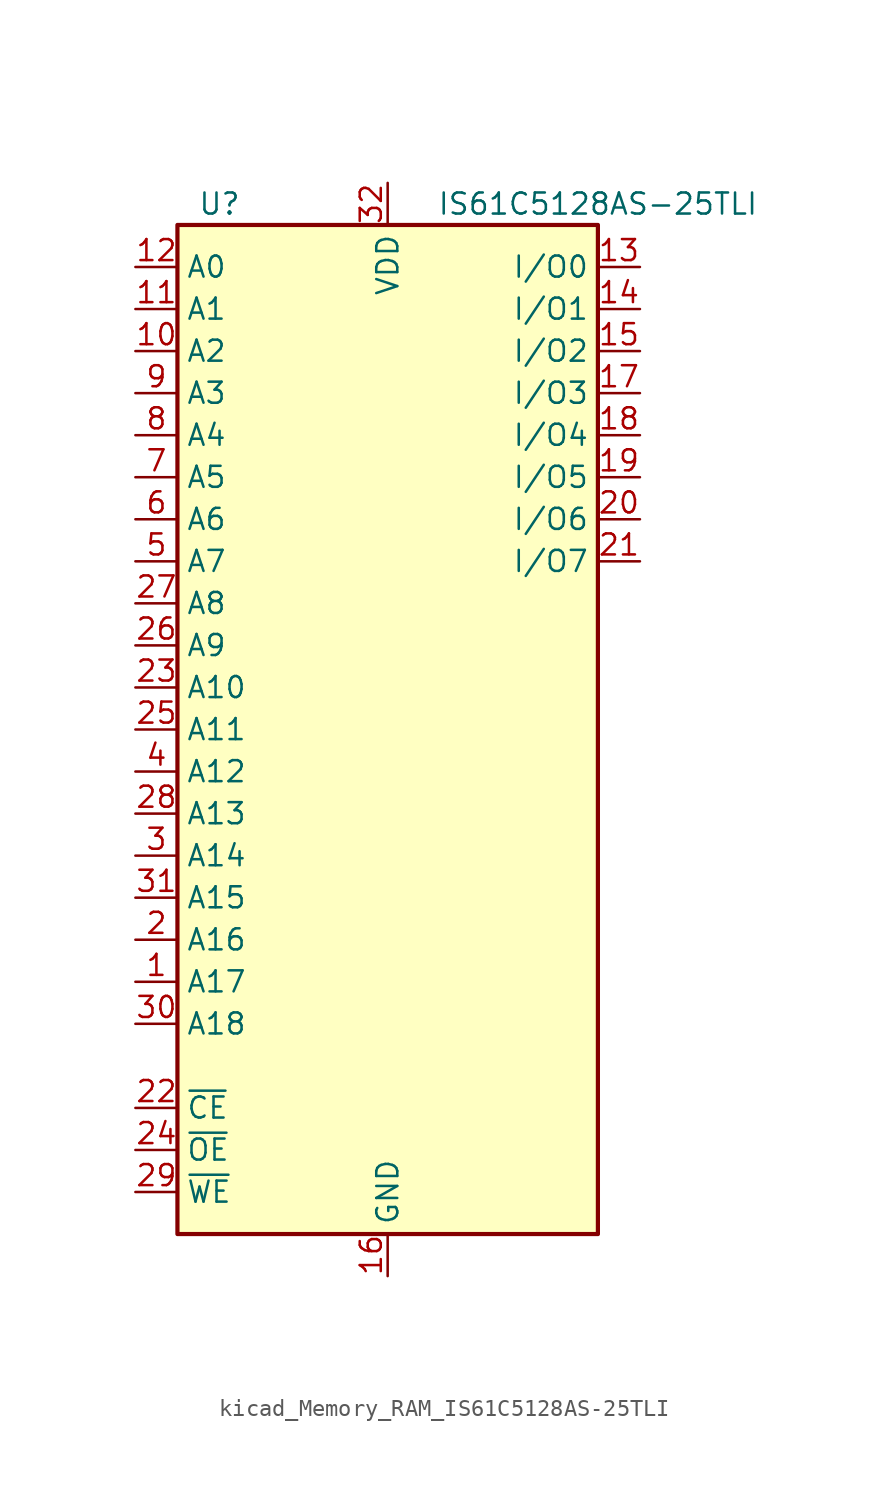
<source format=kicad_sym>
(kicad_symbol_lib
  (version 20220914)
  (generator kicad_symbol_editor)
  (symbol "kicad_Memory_RAM_IS61C5128AS-25TLI"
    (property "Reference" "U"
      (at -10.16 31.75 0)
      (effects (font (size 1.27 1.27))))
    (property "Value" "IS61C5128AS-25TLI"
      (at 12.7 31.75 0)
      (effects (font (size 1.27 1.27))))
    (symbol "kicad_Memory_RAM_IS61C5128AS-25TLI_0_1"
      (rectangle (start -12.7 30.48) (end 12.7 -30.48) (stroke (width 0.254) (type default)) (fill (type background))))
    (symbol "kicad_Memory_RAM_IS61C5128AS-25TLI_1_1"
      (pin input line (at -15.24 -15.24 0) (length 2.54) (name "A17" (effects (font (size 1.27 1.27)))) (number "1" (effects (font (size 1.27 1.27)))))
      (pin input line (at -15.24 22.86 0) (length 2.54) (name "A2" (effects (font (size 1.27 1.27)))) (number "10" (effects (font (size 1.27 1.27)))))
      (pin input line (at -15.24 25.4 0) (length 2.54) (name "A1" (effects (font (size 1.27 1.27)))) (number "11" (effects (font (size 1.27 1.27)))))
      (pin input line (at -15.24 27.94 0) (length 2.54) (name "A0" (effects (font (size 1.27 1.27)))) (number "12" (effects (font (size 1.27 1.27)))))
      (pin bidirectional line (at 15.24 27.94 180) (length 2.54) (name "I/O0" (effects (font (size 1.27 1.27)))) (number "13" (effects (font (size 1.27 1.27)))))
      (pin bidirectional line (at 15.24 25.4 180) (length 2.54) (name "I/O1" (effects (font (size 1.27 1.27)))) (number "14" (effects (font (size 1.27 1.27)))))
      (pin bidirectional line (at 15.24 22.86 180) (length 2.54) (name "I/O2" (effects (font (size 1.27 1.27)))) (number "15" (effects (font (size 1.27 1.27)))))
      (pin power_in line (at 0 -33.02 90) (length 2.54) (name "GND" (effects (font (size 1.27 1.27)))) (number "16" (effects (font (size 1.27 1.27)))))
      (pin bidirectional line (at 15.24 20.32 180) (length 2.54) (name "I/O3" (effects (font (size 1.27 1.27)))) (number "17" (effects (font (size 1.27 1.27)))))
      (pin bidirectional line (at 15.24 17.78 180) (length 2.54) (name "I/O4" (effects (font (size 1.27 1.27)))) (number "18" (effects (font (size 1.27 1.27)))))
      (pin bidirectional line (at 15.24 15.24 180) (length 2.54) (name "I/O5" (effects (font (size 1.27 1.27)))) (number "19" (effects (font (size 1.27 1.27)))))
      (pin input line (at -15.24 -12.7 0) (length 2.54) (name "A16" (effects (font (size 1.27 1.27)))) (number "2" (effects (font (size 1.27 1.27)))))
      (pin bidirectional line (at 15.24 12.7 180) (length 2.54) (name "I/O6" (effects (font (size 1.27 1.27)))) (number "20" (effects (font (size 1.27 1.27)))))
      (pin bidirectional line (at 15.24 10.16 180) (length 2.54) (name "I/O7" (effects (font (size 1.27 1.27)))) (number "21" (effects (font (size 1.27 1.27)))))
      (pin input line (at -15.24 -22.86 0) (length 2.54) (name "~{CE}" (effects (font (size 1.27 1.27)))) (number "22" (effects (font (size 1.27 1.27)))))
      (pin input line (at -15.24 2.54 0) (length 2.54) (name "A10" (effects (font (size 1.27 1.27)))) (number "23" (effects (font (size 1.27 1.27)))))
      (pin input line (at -15.24 -25.4 0) (length 2.54) (name "~{OE}" (effects (font (size 1.27 1.27)))) (number "24" (effects (font (size 1.27 1.27)))))
      (pin input line (at -15.24 0 0) (length 2.54) (name "A11" (effects (font (size 1.27 1.27)))) (number "25" (effects (font (size 1.27 1.27)))))
      (pin input line (at -15.24 5.08 0) (length 2.54) (name "A9" (effects (font (size 1.27 1.27)))) (number "26" (effects (font (size 1.27 1.27)))))
      (pin input line (at -15.24 7.62 0) (length 2.54) (name "A8" (effects (font (size 1.27 1.27)))) (number "27" (effects (font (size 1.27 1.27)))))
      (pin input line (at -15.24 -5.08 0) (length 2.54) (name "A13" (effects (font (size 1.27 1.27)))) (number "28" (effects (font (size 1.27 1.27)))))
      (pin input line (at -15.24 -27.94 0) (length 2.54) (name "~{WE}" (effects (font (size 1.27 1.27)))) (number "29" (effects (font (size 1.27 1.27)))))
      (pin input line (at -15.24 -7.62 0) (length 2.54) (name "A14" (effects (font (size 1.27 1.27)))) (number "3" (effects (font (size 1.27 1.27)))))
      (pin input line (at -15.24 -17.78 0) (length 2.54) (name "A18" (effects (font (size 1.27 1.27)))) (number "30" (effects (font (size 1.27 1.27)))))
      (pin input line (at -15.24 -10.16 0) (length 2.54) (name "A15" (effects (font (size 1.27 1.27)))) (number "31" (effects (font (size 1.27 1.27)))))
      (pin power_in line (at 0 33.02 270) (length 2.54) (name "VDD" (effects (font (size 1.27 1.27)))) (number "32" (effects (font (size 1.27 1.27)))))
      (pin input line (at -15.24 -2.54 0) (length 2.54) (name "A12" (effects (font (size 1.27 1.27)))) (number "4" (effects (font (size 1.27 1.27)))))
      (pin input line (at -15.24 10.16 0) (length 2.54) (name "A7" (effects (font (size 1.27 1.27)))) (number "5" (effects (font (size 1.27 1.27)))))
      (pin input line (at -15.24 12.7 0) (length 2.54) (name "A6" (effects (font (size 1.27 1.27)))) (number "6" (effects (font (size 1.27 1.27)))))
      (pin input line (at -15.24 15.24 0) (length 2.54) (name "A5" (effects (font (size 1.27 1.27)))) (number "7" (effects (font (size 1.27 1.27)))))
      (pin input line (at -15.24 17.78 0) (length 2.54) (name "A4" (effects (font (size 1.27 1.27)))) (number "8" (effects (font (size 1.27 1.27)))))
      (pin input line (at -15.24 20.32 0) (length 2.54) (name "A3" (effects (font (size 1.27 1.27)))) (number "9" (effects (font (size 1.27 1.27))))))))
</source>
